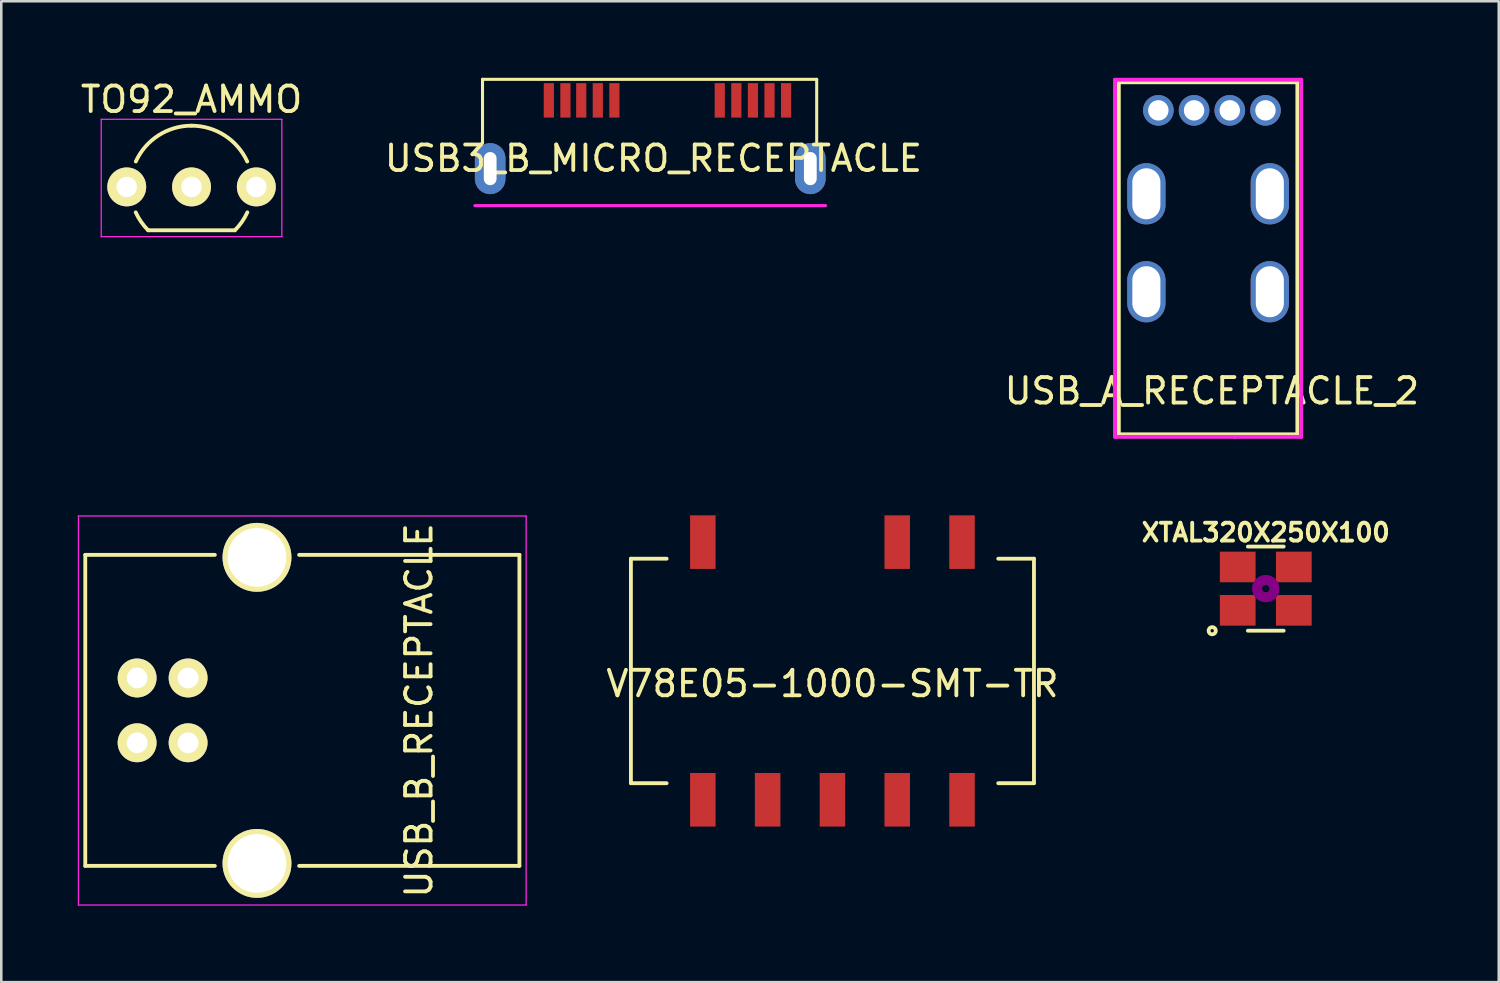
<source format=kicad_pcb>
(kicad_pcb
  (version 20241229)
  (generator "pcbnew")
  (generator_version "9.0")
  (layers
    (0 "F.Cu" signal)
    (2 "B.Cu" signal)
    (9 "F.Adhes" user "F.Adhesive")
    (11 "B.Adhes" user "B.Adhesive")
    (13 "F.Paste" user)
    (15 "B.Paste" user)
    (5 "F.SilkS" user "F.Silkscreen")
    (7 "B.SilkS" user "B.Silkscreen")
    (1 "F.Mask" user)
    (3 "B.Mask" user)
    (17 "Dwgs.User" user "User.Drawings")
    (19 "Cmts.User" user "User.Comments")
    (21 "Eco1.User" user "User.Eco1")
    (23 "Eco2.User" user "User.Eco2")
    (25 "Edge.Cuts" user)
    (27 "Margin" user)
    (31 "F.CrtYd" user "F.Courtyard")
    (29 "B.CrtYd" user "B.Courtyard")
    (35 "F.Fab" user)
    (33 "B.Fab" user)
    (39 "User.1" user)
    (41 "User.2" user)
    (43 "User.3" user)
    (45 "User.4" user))
  (footprint "USB3_B_MICRO_RECEPTACLE"
    (layer "F.Cu")
    (at 16.165 3.56)
    (property "Reference" "USB3_B_MICRO_RECEPTACLE" (at 6.4 -0.4 0) (layer "F.SilkS") (effects (font (size 1 1) (thickness 0.15))))
    (attr through_hole)
    (fp_line (start -0.3 -3.5) (end 12.8 -3.5) (stroke (width 0.12) (type solid)) (layer "F.SilkS"))
    (fp_line (start -0.3 -1) (end -0.3 -3.5) (stroke (width 0.12) (type solid)) (layer "F.SilkS"))
    (fp_line (start 12.8 -1) (end 12.8 -3.5) (stroke (width 0.12) (type solid)) (layer "F.SilkS"))
    (fp_line (start -0.6 1.45) (end 13.15 1.45) (stroke (width 0.12) (type solid)) (layer "F.CrtYd"))
    (pad "1" smd rect (at 2.3 -2.675) (size 0.4 1.35) (layers "F.Cu" "F.Mask" "F.Paste"))
    (pad "2" smd rect (at 2.95 -2.675) (size 0.4 1.35) (layers "F.Cu" "F.Mask" "F.Paste"))
    (pad "3" smd rect (at 3.57 -2.675) (size 0.4 1.35) (layers "F.Cu" "F.Mask" "F.Paste"))
    (pad "4" smd rect (at 4.22 -2.675) (size 0.4 1.35) (layers "F.Cu" "F.Mask" "F.Paste"))
    (pad "5" smd rect (at 4.87 -2.675) (size 0.4 1.35) (layers "F.Cu" "F.Mask" "F.Paste"))
    (pad "6" smd rect (at 9 -2.675) (size 0.4 1.35) (layers "F.Cu" "F.Mask" "F.Paste"))
    (pad "7" smd rect (at 9.65 -2.675) (size 0.4 1.35) (layers "F.Cu" "F.Mask" "F.Paste"))
    (pad "8" smd rect (at 10.3 -2.675) (size 0.4 1.35) (layers "F.Cu" "F.Mask" "F.Paste"))
    (pad "9" smd rect (at 10.95 -2.675) (size 0.4 1.35) (layers "F.Cu" "F.Mask" "F.Paste"))
    (pad "10" smd rect (at 11.6 -2.675) (size 0.4 1.35) (layers "F.Cu" "F.Mask" "F.Paste"))
    (pad "SHLD" thru_hole oval (at 0 0) (size 1.2 2) (drill oval 0.5 1.3) (layers "*.Cu" "*.Mask"))
    (pad "SHLD" thru_hole oval (at 12.55 0) (size 1.2 2) (drill oval 0.5 1.3) (layers "*.Cu" "*.Mask")))
  (footprint "USB_B_RECEPTACLE"
    (layer "F.Cu")
    (at 2.325 23.527)
    (property "Reference" "USB_B_RECEPTACLE" (at 11.049 1.27 90) (layer "F.SilkS") (effects (font (size 1 1) (thickness 0.15))))
    (attr through_hole)
    (fp_line (start -2.032 -4.826) (end 3.048 -4.826) (stroke (width 0.15) (type solid)) (layer "F.SilkS"))
    (fp_line (start -2.032 7.366) (end -2.032 -4.826) (stroke (width 0.15) (type solid)) (layer "F.SilkS"))
    (fp_line (start -2.032 7.366) (end 3.048 7.366) (stroke (width 0.15) (type solid)) (layer "F.SilkS"))
    (fp_line (start 6.35 -4.826) (end 14.986 -4.826) (stroke (width 0.15) (type solid)) (layer "F.SilkS"))
    (fp_line (start 6.35 7.366) (end 14.986 7.366) (stroke (width 0.15) (type solid)) (layer "F.SilkS"))
    (fp_line (start 14.986 -4.826) (end 14.986 7.366) (stroke (width 0.15) (type solid)) (layer "F.SilkS"))
    (fp_line (start -2.3 -6.35) (end 15.25 -6.35) (stroke (width 0.05) (type solid)) (layer "F.CrtYd"))
    (fp_line (start -2.3 8.9) (end -2.3 -6.35) (stroke (width 0.05) (type solid)) (layer "F.CrtYd"))
    (fp_line (start 15.25 -6.35) (end 15.25 8.9) (stroke (width 0.05) (type solid)) (layer "F.CrtYd"))
    (fp_line (start 15.25 8.9) (end -2.3 8.9) (stroke (width 0.05) (type solid)) (layer "F.CrtYd"))
    (pad "1" thru_hole circle (at 0 0 270) (size 1.524 1.524) (drill 0.813) (layers "*.Cu" "*.Mask" "F.SilkS"))
    (pad "2" thru_hole circle (at 0 2.54 270) (size 1.524 1.524) (drill 0.813) (layers "*.Cu" "*.Mask" "F.SilkS"))
    (pad "3" thru_hole circle (at 1.999 2.54 270) (size 1.524 1.524) (drill 0.813) (layers "*.Cu" "*.Mask" "F.SilkS"))
    (pad "4" thru_hole circle (at 1.999 0 270) (size 1.524 1.524) (drill 0.813) (layers "*.Cu" "*.Mask" "F.SilkS"))
    (pad "5" thru_hole circle (at 4.699 -4.729 270) (size 2.7 2.7) (drill 2.301) (layers "*.Cu" "*.Mask" "F.SilkS"))
    (pad "5" thru_hole circle (at 4.699 7.269 270) (size 2.7 2.7) (drill 2.301) (layers "*.Cu" "*.Mask" "F.SilkS")))
  (footprint "TO92_AMMO"
    (layer "F.Cu")
    (at 4.458 4.277)
    (property "Reference" "TO92_AMMO" (at 0 -3.429 180) (layer "F.SilkS") (effects (font (size 1 1) (thickness 0.15))))
    (attr through_hole)
    (fp_line (start -1.7 1.7) (end 1.7 1.7) (stroke (width 0.15) (type solid)) (layer "F.SilkS"))
    (fp_arc (start -2.183907 -0.995264) (mid -1.298339 -2.018494) (end 0 -2.4) (stroke (width 0.15) (type solid)) (layer "F.SilkS"))
    (fp_arc (start -1.7 1.7) (mid -1.975373 1.370365) (end -2.187695 0.99699) (stroke (width 0.15) (type solid)) (layer "F.SilkS"))
    (fp_arc (start 0 -2.4) (mid 1.298339 -2.018494) (end 2.183907 -0.995264) (stroke (width 0.15) (type solid)) (layer "F.SilkS"))
    (fp_arc (start 2.187695 0.99699) (mid 1.975373 1.370365) (end 1.7 1.7) (stroke (width 0.15) (type solid)) (layer "F.SilkS"))
    (fp_line (start -3.54 -2.65) (end 3.54 -2.65) (stroke (width 0.05) (type solid)) (layer "F.CrtYd"))
    (fp_line (start -3.54 1.95) (end -3.54 -2.65) (stroke (width 0.05) (type solid)) (layer "F.CrtYd"))
    (fp_line (start -3.54 1.95) (end 3.54 1.95) (stroke (width 0.05) (type solid)) (layer "F.CrtYd"))
    (fp_line (start 3.54 1.95) (end 3.54 -2.65) (stroke (width 0.05) (type solid)) (layer "F.CrtYd"))
    (pad "1" thru_hole circle (at -2.54 0 90) (size 1.524 1.524) (drill 0.8) (layers "*.Cu" "*.Mask" "F.SilkS"))
    (pad "2" thru_hole circle (at 0 0 90) (size 1.524 1.524) (drill 0.8) (layers "*.Cu" "*.Mask" "F.SilkS"))
    (pad "3" thru_hole circle (at 2.54 0 90) (size 1.524 1.524) (drill 0.8) (layers "*.Cu" "*.Mask" "F.SilkS")))
  (footprint "XTAL320X250X100"
    (layer "F.Cu")
    (at 46.569 20.025)
    (property "Reference" "XTAL320X250X100" (at 0 -2.2 0) (layer "F.SilkS") (effects (font (size 0.7 0.7) (thickness 0.15))))
    (attr smd)
    (fp_line (start -0.701 -1.649) (end 0.701 -1.649) (stroke (width 0.15) (type solid)) (layer "F.SilkS"))
    (fp_line (start 0.701 1.649) (end -0.701 1.649) (stroke (width 0.15) (type solid)) (layer "F.SilkS"))
    (fp_circle (center -2.1 1.65) (end -1.999 1.749) (stroke (width 0.15) (type solid)) (fill no) (layer "F.SilkS"))
    (fp_circle (center 0 0) (end 0.15 0) (stroke (width 0.381) (type solid)) (fill no) (layer "F.Adhes"))
    (fp_circle (center 0 0) (end 0.15 0) (stroke (width 0.381) (type solid)) (fill no) (layer "F.Adhes"))
    (pad "1" smd rect (at -1.1 0.85) (size 1.4 1.2) (layers "F.Cu" "F.Mask" "F.Paste"))
    (pad "2" smd rect (at 1.1 0.85) (size 1.4 1.2) (layers "F.Cu" "F.Mask" "F.Paste"))
    (pad "3" smd rect (at 1.1 -0.85) (size 1.4 1.2) (layers "F.Cu" "F.Mask" "F.Paste"))
    (pad "4" smd rect (at -1.1 -0.85) (size 1.4 1.2) (layers "F.Cu" "F.Mask" "F.Paste")))
  (footprint "V78E05-1000-SMT-TR"
    (layer "F.Cu")
    (at 29.582 23.252)
    (property "Reference" "V78E05-1000-SMT-TR" (at 0 0.5 0) (layer "F.SilkS") (effects (font (size 1 1) (thickness 0.15))))
    (attr through_hole)
    (fp_line (start -7.9 -4.4) (end -7.9 4.4) (stroke (width 0.15) (type solid)) (layer "F.SilkS"))
    (fp_line (start -7.9 -4.4) (end -6.5 -4.4) (stroke (width 0.15) (type solid)) (layer "F.SilkS"))
    (fp_line (start -7.9 4.4) (end -6.5 4.4) (stroke (width 0.15) (type solid)) (layer "F.SilkS"))
    (fp_line (start 7.9 -4.4) (end 6.5 -4.4) (stroke (width 0.15) (type solid)) (layer "F.SilkS"))
    (fp_line (start 7.9 -4.4) (end 7.9 4.4) (stroke (width 0.15) (type solid)) (layer "F.SilkS"))
    (fp_line (start 7.9 4.4) (end 6.5 4.4) (stroke (width 0.15) (type solid)) (layer "F.SilkS"))
    (pad "1" smd rect (at -5.08 5.05) (size 1 2.1) (layers "F.Cu" "F.Mask" "F.Paste"))
    (pad "2" smd rect (at -2.54 5.05) (size 1 2.1) (layers "F.Cu" "F.Mask" "F.Paste"))
    (pad "3" smd rect (at 0 5.05) (size 1 2.1) (layers "F.Cu" "F.Mask" "F.Paste"))
    (pad "4" smd rect (at 2.54 5.05) (size 1 2.1) (layers "F.Cu" "F.Mask" "F.Paste"))
    (pad "5" smd rect (at 5.08 5.05) (size 1 2.1) (layers "F.Cu" "F.Mask" "F.Paste"))
    (pad "6" smd rect (at 5.08 -5.05) (size 1 2.1) (layers "F.Cu" "F.Mask" "F.Paste"))
    (pad "7" smd rect (at 2.54 -5.05) (size 1 2.1) (layers "F.Cu" "F.Mask" "F.Paste"))
    (pad "10" smd rect (at -5.08 -5.05) (size 1 2.1) (layers "F.Cu" "F.Mask" "F.Paste")))
  (footprint "USB_A_RECEPTACLE_2"
    (layer "F.Cu")
    (at 44.458 1.276)
    (property "Reference" "USB_A_RECEPTACLE_2" (at 0 11 0) (layer "F.SilkS") (effects (font (size 1 1) (thickness 0.15))))
    (attr through_hole)
    (fp_line (start -3.65 -1.1) (end -3.65 12.7) (stroke (width 0.152) (type solid)) (layer "F.SilkS"))
    (fp_line (start -3.65 -1.1) (end 3.35 -1.1) (stroke (width 0.152) (type solid)) (layer "F.SilkS"))
    (fp_line (start 3.35 -1.1) (end 3.35 12.7) (stroke (width 0.152) (type solid)) (layer "F.SilkS"))
    (fp_line (start 3.35 12.7) (end -3.65 12.7) (stroke (width 0.152) (type solid)) (layer "F.SilkS"))
    (fp_line (start -3.8 -1.2) (end 3.5 -1.2) (stroke (width 0.152) (type solid)) (layer "F.CrtYd"))
    (fp_line (start -3.8 3.9) (end -3.8 -1.2) (stroke (width 0.152) (type solid)) (layer "F.CrtYd"))
    (fp_line (start -3.8 12.3) (end -3.8 3.9) (stroke (width 0.152) (type solid)) (layer "F.CrtYd"))
    (fp_line (start -3.8 12.8) (end -3.8 12.3) (stroke (width 0.152) (type solid)) (layer "F.CrtYd"))
    (fp_line (start 0.9 12.8) (end -3.8 12.8) (stroke (width 0.152) (type solid)) (layer "F.CrtYd"))
    (fp_line (start 3.5 -1.2) (end 3.5 12.8) (stroke (width 0.152) (type solid)) (layer "F.CrtYd"))
    (fp_line (start 3.5 12.8) (end 0.9 12.8) (stroke (width 0.152) (type solid)) (layer "F.CrtYd"))
    (pad "1" thru_hole circle (at 2.1 0) (size 1.2 1.2) (drill 0.8) (layers "*.Cu" "*.Mask"))
    (pad "2" thru_hole circle (at 0.7 0) (size 1.2 1.2) (drill 0.8) (layers "*.Cu" "*.Mask"))
    (pad "3" thru_hole circle (at -0.7 0) (size 1.2 1.2) (drill 0.8) (layers "*.Cu" "*.Mask"))
    (pad "4" thru_hole circle (at -2.1 0) (size 1.2 1.2) (drill 0.8) (layers "*.Cu" "*.Mask"))
    (pad "5" thru_hole oval (at -2.57 3.27) (size 1.5 2.4) (drill oval 1.1 2) (layers "*.Cu" "*.Mask"))
    (pad "5" thru_hole oval (at -2.57 7.11) (size 1.5 2.4) (drill oval 1.1 2) (layers "*.Cu" "*.Mask"))
    (pad "5" thru_hole oval (at 2.27 3.27) (size 1.5 2.4) (drill oval 1.1 2) (layers "*.Cu" "*.Mask"))
    (pad "5" thru_hole oval (at 2.27 7.11) (size 1.5 2.4) (drill oval 1.1 2) (layers "*.Cu" "*.Mask")))
  (gr_rect
    (start -3 -3)
    (end 55.702 35.452)
    (stroke (width 0.1) (type default))
    (fill no)
    (layer "Edge.Cuts")))
</source>
